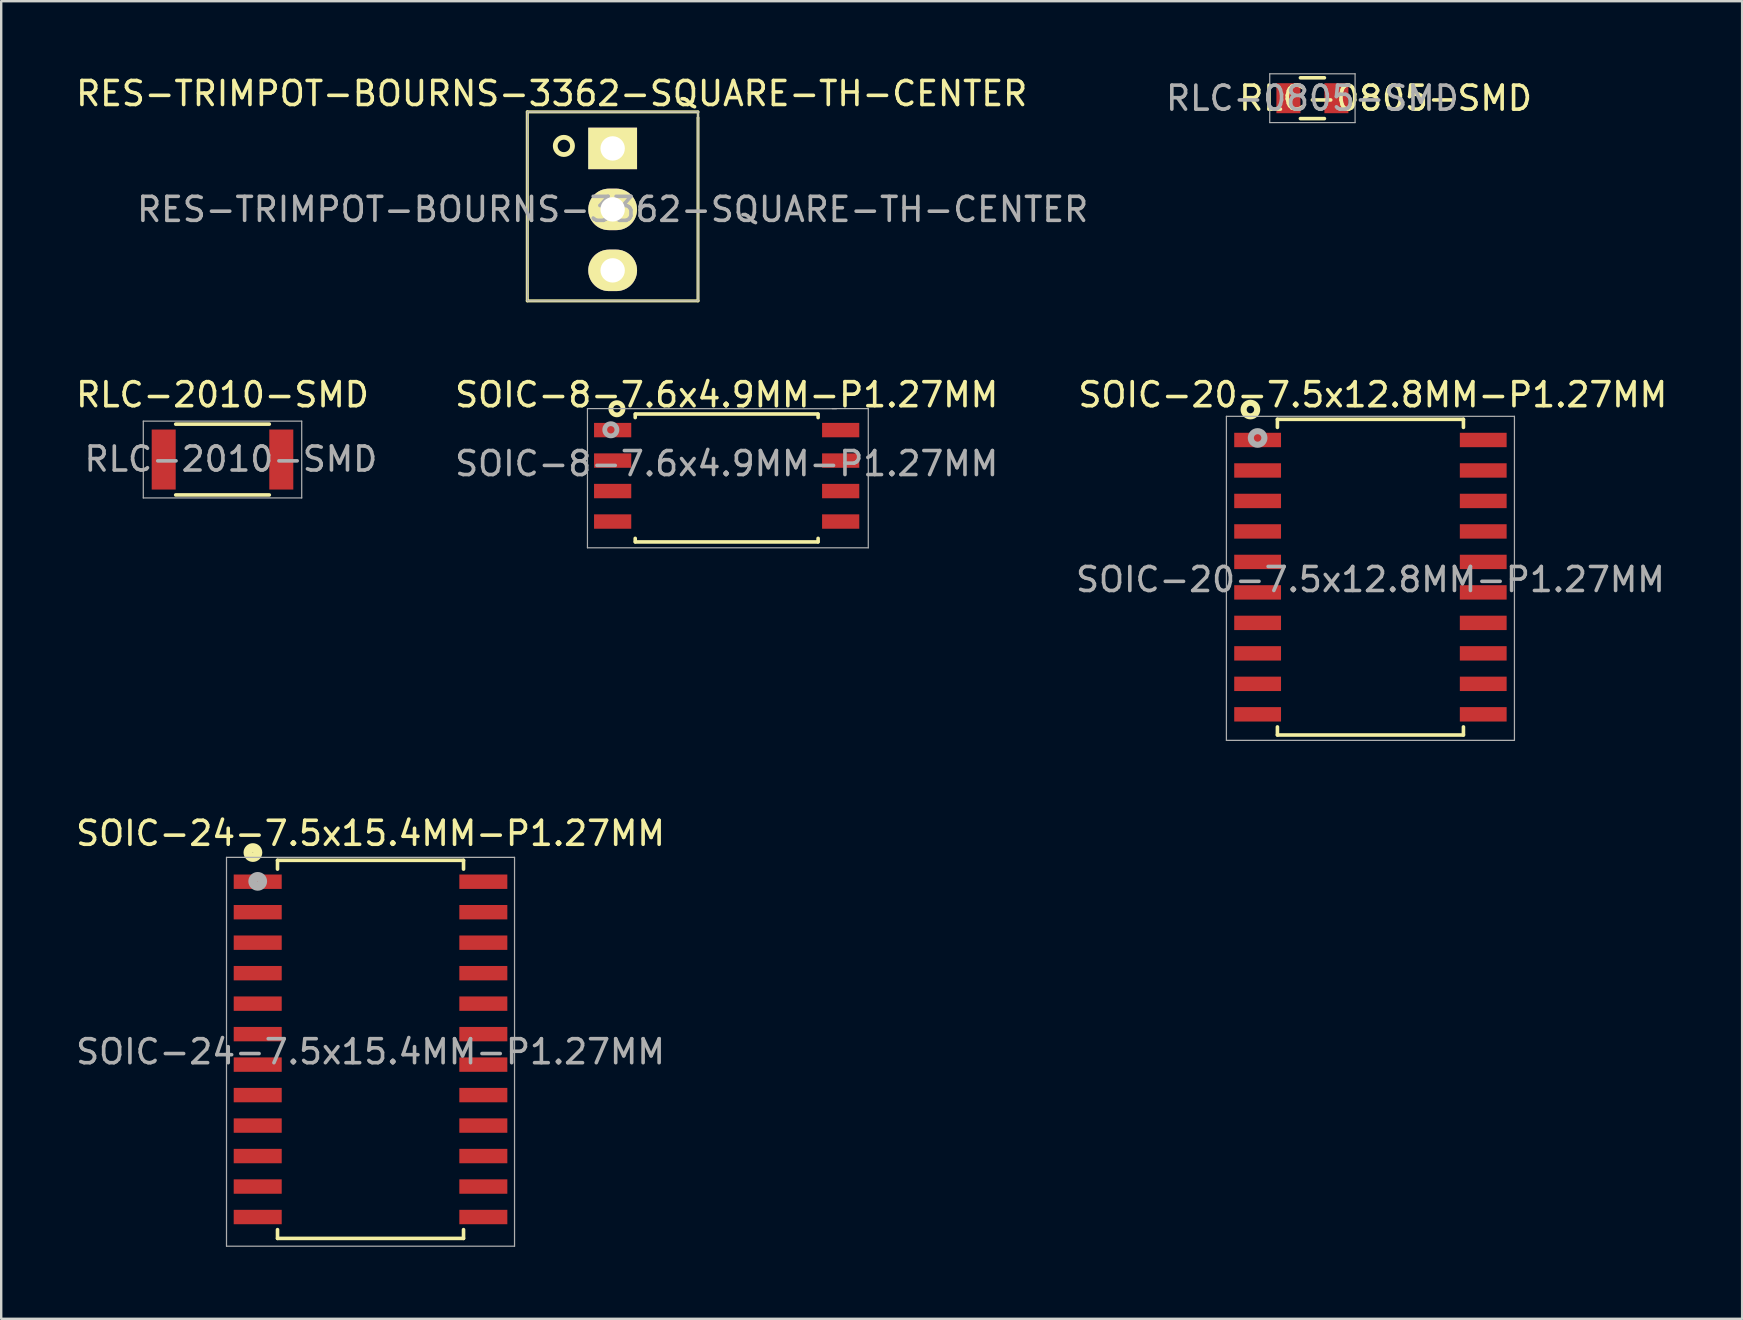
<source format=kicad_pcb>
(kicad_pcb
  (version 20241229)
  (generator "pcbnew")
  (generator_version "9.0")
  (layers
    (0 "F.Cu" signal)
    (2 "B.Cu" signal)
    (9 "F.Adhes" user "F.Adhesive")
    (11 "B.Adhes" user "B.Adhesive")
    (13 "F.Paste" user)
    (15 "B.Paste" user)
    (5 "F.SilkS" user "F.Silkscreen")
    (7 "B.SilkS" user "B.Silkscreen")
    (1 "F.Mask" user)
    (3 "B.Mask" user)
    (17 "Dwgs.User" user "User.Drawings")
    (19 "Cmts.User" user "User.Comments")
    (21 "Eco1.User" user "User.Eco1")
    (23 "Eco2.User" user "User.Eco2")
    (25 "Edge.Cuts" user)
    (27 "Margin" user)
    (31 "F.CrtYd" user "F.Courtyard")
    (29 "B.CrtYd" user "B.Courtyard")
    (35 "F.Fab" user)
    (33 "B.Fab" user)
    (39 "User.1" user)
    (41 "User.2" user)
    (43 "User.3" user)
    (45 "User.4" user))
  (footprint "RES-TRIMPOT-BOURNS-3362-SQUARE-TH-CENTER"
    (layer "F.Cu")
    (at 22.475 5.674)
    (property "Reference" "RES-TRIMPOT-BOURNS-3362-SQUARE-TH-CENTER" (at 0 0 180) (layer "F.Fab") (effects (font (size 1 1) (thickness 0.15))))
    (attr through_hole)
    (fp_line (start -3.556 -4.064) (end -3.556 3.81) (stroke (width 0.127) (type solid)) (layer "F.SilkS"))
    (fp_line (start -3.556 3.81) (end 3.556 3.81) (stroke (width 0.127) (type solid)) (layer "F.SilkS"))
    (fp_line (start 3.556 -4.064) (end -3.556 -4.064) (stroke (width 0.127) (type solid)) (layer "F.SilkS"))
    (fp_line (start 3.556 -3.81) (end 3.556 -4.064) (stroke (width 0.102) (type solid)) (layer "F.SilkS"))
    (fp_line (start 3.556 3.81) (end 3.556 -3.81) (stroke (width 0.127) (type solid)) (layer "F.SilkS"))
    (fp_circle (center -2.032 -2.645) (end -1.778 -2.391) (stroke (width 0.2) (type solid)) (fill no) (layer "F.SilkS"))
    (fp_line (start -3.556 -4.064) (end -3.556 3.81) (stroke (width 0.05) (type solid)) (layer "F.Fab"))
    (fp_line (start -3.556 3.81) (end 3.556 3.81) (stroke (width 0.05) (type solid)) (layer "F.Fab"))
    (fp_line (start 3.556 -4.064) (end -3.556 -4.064) (stroke (width 0.05) (type solid)) (layer "F.Fab"))
    (fp_line (start 3.556 3.81) (end 3.556 -4.064) (stroke (width 0.05) (type solid)) (layer "F.Fab"))
    (fp_circle (center 0 -2.54) (end 0.254 -2.286) (stroke (width 0.2) (type solid)) (fill no) (layer "F.Fab"))
    (fp_text user "${REFERENCE}" (at -2.54 -4.826 0) (layer "F.SilkS") (effects (font (size 1 1) (thickness 0.15))))
    (pad "1" thru_hole rect (at 0 -2.54) (size 2.032 1.727) (drill 1.016) (layers "*.Cu" "*.Mask" "F.SilkS"))
    (pad "2" thru_hole oval (at 0 0) (size 2.032 1.727) (drill 1.016) (layers "*.Cu" "*.Mask" "F.SilkS"))
    (pad "3" thru_hole oval (at 0 2.54) (size 2.032 1.727) (drill 1.016) (layers "*.Cu" "*.Mask" "F.SilkS")))
  (footprint "RLC-2010-SMD"
    (layer "F.Cu")
    (at 6.22 16.096)
    (property "Reference" "RLC-2010-SMD" (at 0 -2.7 0) (layer "F.SilkS") (effects (font (size 1 1) (thickness 0.15))))
    (attr smd)
    (fp_line (start -1.95 -1.475) (end 1.95 -1.475) (stroke (width 0.15) (type solid)) (layer "F.SilkS"))
    (fp_line (start 1.95 1.475) (end -1.95 1.475) (stroke (width 0.15) (type solid)) (layer "F.SilkS"))
    (fp_line (start -3.3 -1.6) (end -3.3 1.6) (stroke (width 0.051) (type solid)) (layer "F.Fab"))
    (fp_line (start -3.3 1.6) (end 3.3 1.6) (stroke (width 0.051) (type solid)) (layer "F.Fab"))
    (fp_line (start 3.3 -1.6) (end -3.3 -1.6) (stroke (width 0.051) (type solid)) (layer "F.Fab"))
    (fp_line (start 3.3 1.6) (end 3.3 -1.6) (stroke (width 0.051) (type solid)) (layer "F.Fab"))
    (fp_text user "${REFERENCE}" (at 0.35 -0.02 0) (layer "F.Fab") (effects (font (size 1 1) (thickness 0.15))))
    (pad "1" smd rect (at -2.45 0) (size 1 2.5) (layers "F.Cu" "F.Mask" "F.Paste"))
    (pad "2" smd rect (at 2.45 0) (size 1 2.5) (layers "F.Cu" "F.Mask" "F.Paste")))
  (footprint "SOIC-20-7.5x12.8MM-P1.27MM"
    (layer "F.Cu")
    (at 54.046 20.996)
    (property "Reference" "SOIC-20-7.5x12.8MM-P1.27MM" (at 0 0.1 0) (layer "F.Fab") (effects (font (size 1 1) (thickness 0.15))))
    (attr smd)
    (fp_line (start -3.875 -6.575) (end -3.875 -6.24) (stroke (width 0.15) (type solid)) (layer "F.SilkS"))
    (fp_line (start -3.875 -6.575) (end 3.875 -6.575) (stroke (width 0.15) (type solid)) (layer "F.SilkS"))
    (fp_line (start -3.875 6.575) (end -3.875 6.24) (stroke (width 0.15) (type solid)) (layer "F.SilkS"))
    (fp_line (start -3.875 6.575) (end 3.875 6.575) (stroke (width 0.15) (type solid)) (layer "F.SilkS"))
    (fp_line (start 3.875 -6.575) (end 3.875 -6.24) (stroke (width 0.15) (type solid)) (layer "F.SilkS"))
    (fp_line (start 3.875 6.575) (end 3.875 6.24) (stroke (width 0.15) (type solid)) (layer "F.SilkS"))
    (fp_circle (center -5 -6.983) (end -4.8 -6.783) (stroke (width 0.254) (type solid)) (fill no) (layer "F.SilkS"))
    (fp_line (start -6 -6.7) (end -6 6.8) (stroke (width 0.051) (type solid)) (layer "F.Fab"))
    (fp_line (start -6 6.8) (end 6 6.8) (stroke (width 0.051) (type solid)) (layer "F.Fab"))
    (fp_line (start 6 -6.7) (end -6 -6.7) (stroke (width 0.051) (type solid)) (layer "F.Fab"))
    (fp_line (start 6 6.8) (end 6 -6.7) (stroke (width 0.051) (type solid)) (layer "F.Fab"))
    (fp_circle (center -4.7 -5.8) (end -4.5 -5.6) (stroke (width 0.254) (type solid)) (fill no) (layer "F.Fab"))
    (fp_text user "${REFERENCE}" (at 0.1 -7.6 0) (layer "F.SilkS") (effects (font (size 1 1) (thickness 0.15))))
    (pad "1" smd rect (at -4.7 -5.715) (size 1.95 0.6) (layers "F.Cu" "F.Mask" "F.Paste"))
    (pad "2" smd rect (at -4.7 -4.445) (size 1.95 0.6) (layers "F.Cu" "F.Mask" "F.Paste"))
    (pad "3" smd rect (at -4.7 -3.175) (size 1.95 0.6) (layers "F.Cu" "F.Mask" "F.Paste"))
    (pad "4" smd rect (at -4.7 -1.905) (size 1.95 0.6) (layers "F.Cu" "F.Mask" "F.Paste"))
    (pad "5" smd rect (at -4.7 -0.635) (size 1.95 0.6) (layers "F.Cu" "F.Mask" "F.Paste"))
    (pad "6" smd rect (at -4.7 0.635) (size 1.95 0.6) (layers "F.Cu" "F.Mask" "F.Paste"))
    (pad "7" smd rect (at -4.7 1.905) (size 1.95 0.6) (layers "F.Cu" "F.Mask" "F.Paste"))
    (pad "8" smd rect (at -4.7 3.175) (size 1.95 0.6) (layers "F.Cu" "F.Mask" "F.Paste"))
    (pad "9" smd rect (at -4.7 4.445) (size 1.95 0.6) (layers "F.Cu" "F.Mask" "F.Paste"))
    (pad "10" smd rect (at -4.7 5.715) (size 1.95 0.6) (layers "F.Cu" "F.Mask" "F.Paste"))
    (pad "11" smd rect (at 4.7 5.715) (size 1.95 0.6) (layers "F.Cu" "F.Mask" "F.Paste"))
    (pad "12" smd rect (at 4.7 4.445) (size 1.95 0.6) (layers "F.Cu" "F.Mask" "F.Paste"))
    (pad "13" smd rect (at 4.7 3.175) (size 1.95 0.6) (layers "F.Cu" "F.Mask" "F.Paste"))
    (pad "14" smd rect (at 4.7 1.905) (size 1.95 0.6) (layers "F.Cu" "F.Mask" "F.Paste"))
    (pad "15" smd rect (at 4.7 0.635) (size 1.95 0.6) (layers "F.Cu" "F.Mask" "F.Paste"))
    (pad "16" smd rect (at 4.7 -0.635) (size 1.95 0.6) (layers "F.Cu" "F.Mask" "F.Paste"))
    (pad "17" smd rect (at 4.7 -1.905) (size 1.95 0.6) (layers "F.Cu" "F.Mask" "F.Paste"))
    (pad "18" smd rect (at 4.7 -3.175) (size 1.95 0.6) (layers "F.Cu" "F.Mask" "F.Paste"))
    (pad "19" smd rect (at 4.7 -4.445) (size 1.95 0.6) (layers "F.Cu" "F.Mask" "F.Paste"))
    (pad "20" smd rect (at 4.7 -5.715) (size 1.95 0.6) (layers "F.Cu" "F.Mask" "F.Paste")))
  (footprint "SOIC-24-7.5x15.4MM-P1.27MM"
    (layer "F.Cu")
    (at 12.387 40.67)
    (property "Reference" "SOIC-24-7.5x15.4MM-P1.27MM" (at 0 0.1 0) (layer "F.Fab") (effects (font (size 1 1) (thickness 0.15))))
    (attr smd)
    (fp_line (start -3.875 -7.875) (end -3.875 -7.51) (stroke (width 0.15) (type solid)) (layer "F.SilkS"))
    (fp_line (start -3.875 -7.875) (end 3.875 -7.875) (stroke (width 0.15) (type solid)) (layer "F.SilkS"))
    (fp_line (start -3.875 7.875) (end -3.875 7.51) (stroke (width 0.15) (type solid)) (layer "F.SilkS"))
    (fp_line (start -3.875 7.875) (end 3.875 7.875) (stroke (width 0.15) (type solid)) (layer "F.SilkS"))
    (fp_line (start 3.875 -7.875) (end 3.875 -7.51) (stroke (width 0.15) (type solid)) (layer "F.SilkS"))
    (fp_line (start 3.875 7.875) (end 3.875 7.51) (stroke (width 0.15) (type solid)) (layer "F.SilkS"))
    (fp_circle (center -4.9 -8.2) (end -4.9 -8) (stroke (width 0.381) (type solid)) (fill no) (layer "F.SilkS"))
    (fp_line (start -6 -8) (end -6 8.2) (stroke (width 0.051) (type solid)) (layer "F.Fab"))
    (fp_line (start -6 8.2) (end 6 8.2) (stroke (width 0.051) (type solid)) (layer "F.Fab"))
    (fp_line (start 6 -8) (end -6 -8) (stroke (width 0.051) (type solid)) (layer "F.Fab"))
    (fp_line (start 6 8.2) (end 6 -8) (stroke (width 0.051) (type solid)) (layer "F.Fab"))
    (fp_circle (center -4.7 -7) (end -4.7 -6.8) (stroke (width 0.381) (type solid)) (fill no) (layer "F.Fab"))
    (fp_text user "${REFERENCE}" (at 0 -9 0) (layer "F.SilkS") (effects (font (size 1 1) (thickness 0.15))))
    (pad "1" smd rect (at -4.7 -6.985) (size 2 0.6) (layers "F.Cu" "F.Mask" "F.Paste"))
    (pad "2" smd rect (at -4.7 -5.715) (size 2 0.6) (layers "F.Cu" "F.Mask" "F.Paste"))
    (pad "3" smd rect (at -4.7 -4.445) (size 2 0.6) (layers "F.Cu" "F.Mask" "F.Paste"))
    (pad "4" smd rect (at -4.7 -3.175) (size 2 0.6) (layers "F.Cu" "F.Mask" "F.Paste"))
    (pad "5" smd rect (at -4.7 -1.905) (size 2 0.6) (layers "F.Cu" "F.Mask" "F.Paste"))
    (pad "6" smd rect (at -4.7 -0.635) (size 2 0.6) (layers "F.Cu" "F.Mask" "F.Paste"))
    (pad "7" smd rect (at -4.7 0.635) (size 2 0.6) (layers "F.Cu" "F.Mask" "F.Paste"))
    (pad "8" smd rect (at -4.7 1.905) (size 2 0.6) (layers "F.Cu" "F.Mask" "F.Paste"))
    (pad "9" smd rect (at -4.7 3.175) (size 2 0.6) (layers "F.Cu" "F.Mask" "F.Paste"))
    (pad "10" smd rect (at -4.7 4.445) (size 2 0.6) (layers "F.Cu" "F.Mask" "F.Paste"))
    (pad "11" smd rect (at -4.7 5.715) (size 2 0.6) (layers "F.Cu" "F.Mask" "F.Paste"))
    (pad "12" smd rect (at -4.7 6.985) (size 2 0.6) (layers "F.Cu" "F.Mask" "F.Paste"))
    (pad "13" smd rect (at 4.7 6.985) (size 2 0.6) (layers "F.Cu" "F.Mask" "F.Paste"))
    (pad "14" smd rect (at 4.7 5.715) (size 2 0.6) (layers "F.Cu" "F.Mask" "F.Paste"))
    (pad "15" smd rect (at 4.7 4.445) (size 2 0.6) (layers "F.Cu" "F.Mask" "F.Paste"))
    (pad "16" smd rect (at 4.7 3.175) (size 2 0.6) (layers "F.Cu" "F.Mask" "F.Paste"))
    (pad "17" smd rect (at 4.7 1.905) (size 2 0.6) (layers "F.Cu" "F.Mask" "F.Paste"))
    (pad "18" smd rect (at 4.7 0.635) (size 2 0.6) (layers "F.Cu" "F.Mask" "F.Paste"))
    (pad "19" smd rect (at 4.7 -0.635) (size 2 0.6) (layers "F.Cu" "F.Mask" "F.Paste"))
    (pad "20" smd rect (at 4.7 -1.905) (size 2 0.6) (layers "F.Cu" "F.Mask" "F.Paste"))
    (pad "21" smd rect (at 4.7 -3.175) (size 2 0.6) (layers "F.Cu" "F.Mask" "F.Paste"))
    (pad "22" smd rect (at 4.7 -4.445) (size 2 0.6) (layers "F.Cu" "F.Mask" "F.Paste"))
    (pad "23" smd rect (at 4.7 -5.715) (size 2 0.6) (layers "F.Cu" "F.Mask" "F.Paste"))
    (pad "24" smd rect (at 4.7 -6.985) (size 2 0.6) (layers "F.Cu" "F.Mask" "F.Paste")))
  (footprint "RLC-0805-SMD"
    (layer "F.Cu")
    (at 51.629 1.041)
    (property "Reference" "RLC-0805-SMD" (at 0 0 180) (layer "F.Fab") (effects (font (size 1 1) (thickness 0.15))))
    (attr smd)
    (fp_line (start -0.5 0.85) (end 0.5 0.85) (stroke (width 0.15) (type solid)) (layer "F.SilkS"))
    (fp_line (start 0.5 -0.85) (end -0.5 -0.85) (stroke (width 0.15) (type solid)) (layer "F.SilkS"))
    (fp_line (start -1.778 -1.016) (end -1.778 1.016) (stroke (width 0.05) (type solid)) (layer "F.Fab"))
    (fp_line (start -1.778 1.016) (end 1.778 1.016) (stroke (width 0.05) (type solid)) (layer "F.Fab"))
    (fp_line (start 1.778 -1.016) (end -1.778 -1.016) (stroke (width 0.05) (type solid)) (layer "F.Fab"))
    (fp_line (start 1.778 1.016) (end 1.778 -1.016) (stroke (width 0.05) (type solid)) (layer "F.Fab"))
    (fp_text user "${REFERENCE}" (at 3.048 0 0) (layer "F.SilkS") (effects (font (size 1 1) (thickness 0.15))))
    (pad "1" smd rect (at -1 0) (size 1 1.25) (layers "F.Cu" "F.Mask" "F.Paste"))
    (pad "2" smd rect (at 1 0) (size 1 1.25) (layers "F.Cu" "F.Mask" "F.Paste")))
  (footprint "SOIC-8-7.6x4.9MM-P1.27MM"
    (layer "F.Cu")
    (at 27.225 16.774)
    (property "Reference" "SOIC-8-7.6x4.9MM-P1.27MM" (at 0 -0.508 0) (layer "F.Fab") (effects (font (size 1 1) (thickness 0.15))))
    (attr smd)
    (fp_line (start -3.81 -2.571) (end -3.81 -2.426) (stroke (width 0.15) (type solid)) (layer "F.SilkS"))
    (fp_line (start -3.81 2.751) (end -3.81 2.606) (stroke (width 0.15) (type solid)) (layer "F.SilkS"))
    (fp_line (start -3.8 -2.575) (end 3.8 -2.575) (stroke (width 0.15) (type solid)) (layer "F.SilkS"))
    (fp_line (start 3.8 2.755) (end -3.8 2.755) (stroke (width 0.15) (type solid)) (layer "F.SilkS"))
    (fp_line (start 3.81 -2.571) (end 3.81 -2.426) (stroke (width 0.15) (type solid)) (layer "F.SilkS"))
    (fp_line (start 3.81 2.751) (end 3.81 2.606) (stroke (width 0.15) (type solid)) (layer "F.SilkS"))
    (fp_circle (center -4.572 -2.794) (end -4.318 -2.794) (stroke (width 0.2) (type solid)) (fill no) (layer "F.SilkS"))
    (fp_line (start -5.8 -2.8) (end -5.8 3) (stroke (width 0.05) (type solid)) (layer "F.Fab"))
    (fp_line (start -5.8 -2.8) (end 4.572 -2.794) (stroke (width 0.05) (type solid)) (layer "F.Fab"))
    (fp_line (start -5.8 3) (end 5.9 3) (stroke (width 0.05) (type solid)) (layer "F.Fab"))
    (fp_line (start 5.9 -2.8) (end 4.4 -2.8) (stroke (width 0.05) (type solid)) (layer "F.Fab"))
    (fp_line (start 5.9 3) (end 5.9 -2.8) (stroke (width 0.05) (type solid)) (layer "F.Fab"))
    (fp_circle (center -4.826 -1.918) (end -4.572 -1.918) (stroke (width 0.2) (type solid)) (fill no) (layer "F.Fab"))
    (fp_text user "${REFERENCE}" (at 0 -3.378 0) (layer "F.SilkS") (effects (font (size 1 1) (thickness 0.15))))
    (pad "1" smd rect (at -4.75 -1.905) (size 1.55 0.6) (layers "F.Cu" "F.Mask" "F.Paste"))
    (pad "2" smd rect (at -4.75 -0.635) (size 1.55 0.6) (layers "F.Cu" "F.Mask" "F.Paste"))
    (pad "3" smd rect (at -4.75 0.635) (size 1.55 0.6) (layers "F.Cu" "F.Mask" "F.Paste"))
    (pad "4" smd rect (at -4.75 1.905) (size 1.55 0.6) (layers "F.Cu" "F.Mask" "F.Paste"))
    (pad "5" smd rect (at 4.75 1.905) (size 1.55 0.6) (layers "F.Cu" "F.Mask" "F.Paste"))
    (pad "6" smd rect (at 4.75 0.635) (size 1.55 0.6) (layers "F.Cu" "F.Mask" "F.Paste"))
    (pad "7" smd rect (at 4.75 -0.635) (size 1.55 0.6) (layers "F.Cu" "F.Mask" "F.Paste"))
    (pad "8" smd rect (at 4.75 -1.905) (size 1.55 0.6) (layers "F.Cu" "F.Mask" "F.Paste")))
  (gr_rect
    (start -3 -3)
    (end 69.533 51.895)
    (stroke (width 0.1) (type default))
    (fill no)
    (layer "Edge.Cuts")))
</source>
